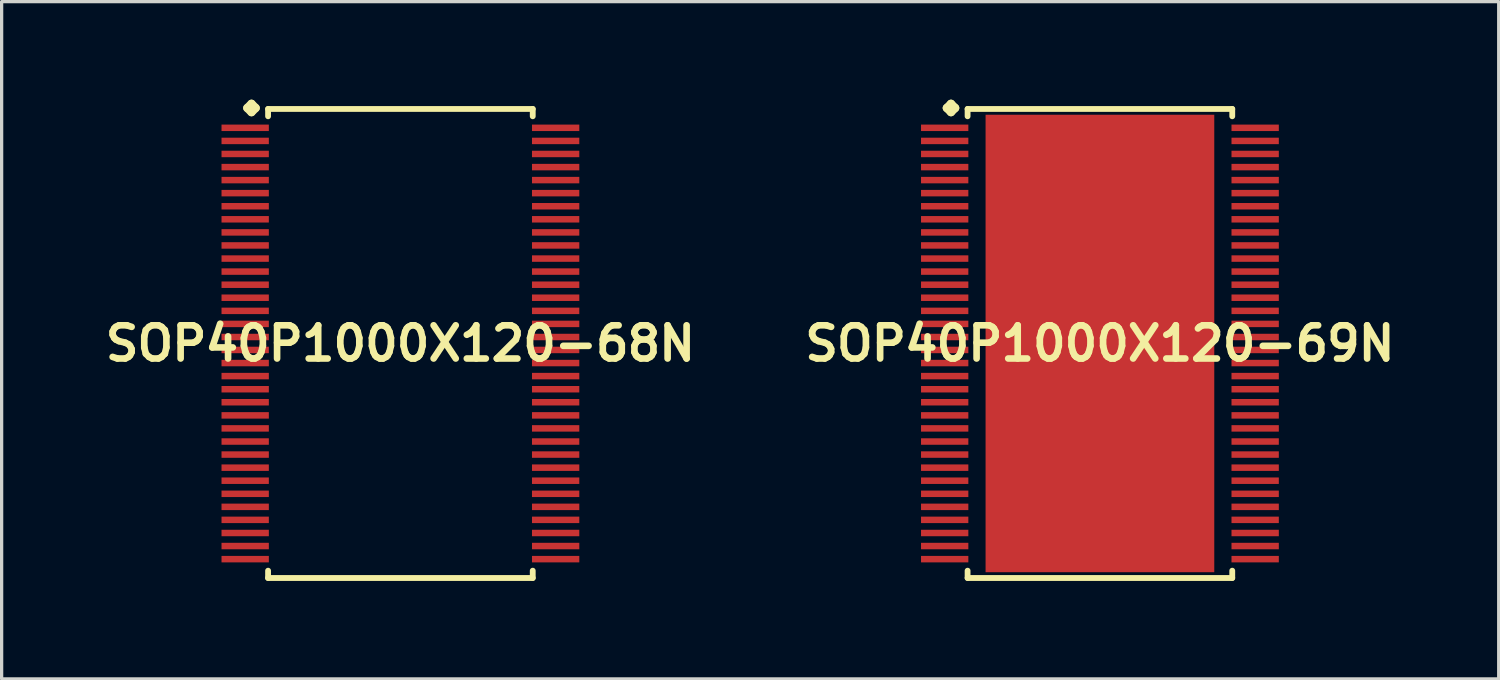
<source format=kicad_pcb>
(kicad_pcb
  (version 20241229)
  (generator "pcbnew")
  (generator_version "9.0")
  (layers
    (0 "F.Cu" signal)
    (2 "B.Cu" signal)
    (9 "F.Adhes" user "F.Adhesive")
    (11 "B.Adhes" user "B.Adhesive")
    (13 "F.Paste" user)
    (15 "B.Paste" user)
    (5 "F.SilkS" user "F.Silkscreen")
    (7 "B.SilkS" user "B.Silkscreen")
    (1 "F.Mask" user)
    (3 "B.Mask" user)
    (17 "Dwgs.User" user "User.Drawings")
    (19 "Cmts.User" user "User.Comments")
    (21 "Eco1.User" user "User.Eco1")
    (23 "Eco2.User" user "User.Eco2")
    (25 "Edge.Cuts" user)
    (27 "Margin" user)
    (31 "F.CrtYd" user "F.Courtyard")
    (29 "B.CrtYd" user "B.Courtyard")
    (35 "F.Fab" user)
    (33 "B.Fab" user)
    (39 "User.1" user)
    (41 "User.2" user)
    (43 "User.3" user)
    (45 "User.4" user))
  (footprint "SOP40P1000X120-69N"
    (layer "F.Cu")
    (at 30.606 7.46)
    (property "Reference" "SOP40P1000X120-69N" (at 0 0 0) (layer "F.SilkS") (effects (font (size 1.016 1.016) (thickness 0.203))))
    (attr smd)
    (fp_line (start -4.684 -7.206) (end -4.557 -7.333) (stroke (width 0.254) (type solid)) (layer "F.SilkS"))
    (fp_line (start -4.557 -7.333) (end -4.43 -7.206) (stroke (width 0.254) (type solid)) (layer "F.SilkS"))
    (fp_line (start -4.557 -7.079) (end -4.684 -7.206) (stroke (width 0.254) (type solid)) (layer "F.SilkS"))
    (fp_line (start -4.43 -7.206) (end -4.557 -7.079) (stroke (width 0.254) (type solid)) (layer "F.SilkS"))
    (fp_line (start -4.049 -7.176) (end 4.049 -7.176) (stroke (width 0.178) (type solid)) (layer "F.SilkS"))
    (fp_line (start -4.049 -6.952) (end -4.049 -7.176) (stroke (width 0.178) (type solid)) (layer "F.SilkS"))
    (fp_line (start -4.049 6.952) (end -4.049 7.176) (stroke (width 0.178) (type solid)) (layer "F.SilkS"))
    (fp_line (start -4.049 7.176) (end 4.049 7.176) (stroke (width 0.178) (type solid)) (layer "F.SilkS"))
    (fp_line (start 4.049 -7.176) (end 4.049 -6.952) (stroke (width 0.178) (type solid)) (layer "F.SilkS"))
    (fp_line (start 4.049 7.176) (end 4.049 6.952) (stroke (width 0.178) (type solid)) (layer "F.SilkS"))
    (pad "1" smd rect (at -4.75 -6.599) (size 1.448 0.198) (layers "F.Cu" "F.Mask" "F.Paste"))
    (pad "2" smd rect (at -4.75 -6.198) (size 1.448 0.198) (layers "F.Cu" "F.Mask" "F.Paste"))
    (pad "3" smd rect (at -4.75 -5.799) (size 1.448 0.198) (layers "F.Cu" "F.Mask" "F.Paste"))
    (pad "4" smd rect (at -4.75 -5.397) (size 1.448 0.198) (layers "F.Cu" "F.Mask" "F.Paste"))
    (pad "5" smd rect (at -4.75 -4.999) (size 1.448 0.198) (layers "F.Cu" "F.Mask" "F.Paste"))
    (pad "6" smd rect (at -4.75 -4.6) (size 1.448 0.198) (layers "F.Cu" "F.Mask" "F.Paste"))
    (pad "7" smd rect (at -4.75 -4.199) (size 1.448 0.198) (layers "F.Cu" "F.Mask" "F.Paste"))
    (pad "8" smd rect (at -4.75 -3.8) (size 1.448 0.198) (layers "F.Cu" "F.Mask" "F.Paste"))
    (pad "9" smd rect (at -4.75 -3.399) (size 1.448 0.198) (layers "F.Cu" "F.Mask" "F.Paste"))
    (pad "10" smd rect (at -4.75 -3) (size 1.448 0.198) (layers "F.Cu" "F.Mask" "F.Paste"))
    (pad "11" smd rect (at -4.75 -2.598) (size 1.448 0.198) (layers "F.Cu" "F.Mask" "F.Paste"))
    (pad "12" smd rect (at -4.75 -2.2) (size 1.448 0.198) (layers "F.Cu" "F.Mask" "F.Paste"))
    (pad "13" smd rect (at -4.75 -1.798) (size 1.448 0.198) (layers "F.Cu" "F.Mask" "F.Paste"))
    (pad "14" smd rect (at -4.75 -1.4) (size 1.448 0.198) (layers "F.Cu" "F.Mask" "F.Paste"))
    (pad "15" smd rect (at -4.75 -0.998) (size 1.448 0.198) (layers "F.Cu" "F.Mask" "F.Paste"))
    (pad "16" smd rect (at -4.75 -0.599) (size 1.448 0.198) (layers "F.Cu" "F.Mask" "F.Paste"))
    (pad "17" smd rect (at -4.75 -0.198) (size 1.448 0.198) (layers "F.Cu" "F.Mask" "F.Paste"))
    (pad "18" smd rect (at -4.75 0.198) (size 1.448 0.198) (layers "F.Cu" "F.Mask" "F.Paste"))
    (pad "19" smd rect (at -4.75 0.599) (size 1.448 0.198) (layers "F.Cu" "F.Mask" "F.Paste"))
    (pad "20" smd rect (at -4.75 0.998) (size 1.448 0.198) (layers "F.Cu" "F.Mask" "F.Paste"))
    (pad "21" smd rect (at -4.75 1.4) (size 1.448 0.198) (layers "F.Cu" "F.Mask" "F.Paste"))
    (pad "22" smd rect (at -4.75 1.798) (size 1.448 0.198) (layers "F.Cu" "F.Mask" "F.Paste"))
    (pad "23" smd rect (at -4.75 2.2) (size 1.448 0.198) (layers "F.Cu" "F.Mask" "F.Paste"))
    (pad "24" smd rect (at -4.75 2.598) (size 1.448 0.198) (layers "F.Cu" "F.Mask" "F.Paste"))
    (pad "25" smd rect (at -4.75 3) (size 1.448 0.198) (layers "F.Cu" "F.Mask" "F.Paste"))
    (pad "26" smd rect (at -4.75 3.399) (size 1.448 0.198) (layers "F.Cu" "F.Mask" "F.Paste"))
    (pad "27" smd rect (at -4.75 3.8) (size 1.448 0.198) (layers "F.Cu" "F.Mask" "F.Paste"))
    (pad "28" smd rect (at -4.75 4.199) (size 1.448 0.198) (layers "F.Cu" "F.Mask" "F.Paste"))
    (pad "29" smd rect (at -4.75 4.6) (size 1.448 0.198) (layers "F.Cu" "F.Mask" "F.Paste"))
    (pad "30" smd rect (at -4.75 4.999) (size 1.448 0.198) (layers "F.Cu" "F.Mask" "F.Paste"))
    (pad "31" smd rect (at -4.75 5.397) (size 1.448 0.198) (layers "F.Cu" "F.Mask" "F.Paste"))
    (pad "32" smd rect (at -4.75 5.799) (size 1.448 0.198) (layers "F.Cu" "F.Mask" "F.Paste"))
    (pad "33" smd rect (at -4.75 6.198) (size 1.448 0.198) (layers "F.Cu" "F.Mask" "F.Paste"))
    (pad "34" smd rect (at -4.75 6.599) (size 1.448 0.198) (layers "F.Cu" "F.Mask" "F.Paste"))
    (pad "35" smd rect (at 4.75 6.599) (size 1.448 0.198) (layers "F.Cu" "F.Mask" "F.Paste"))
    (pad "36" smd rect (at 4.75 6.198) (size 1.448 0.198) (layers "F.Cu" "F.Mask" "F.Paste"))
    (pad "37" smd rect (at 4.75 5.799) (size 1.448 0.198) (layers "F.Cu" "F.Mask" "F.Paste"))
    (pad "38" smd rect (at 4.75 5.397) (size 1.448 0.198) (layers "F.Cu" "F.Mask" "F.Paste"))
    (pad "39" smd rect (at 4.75 4.999) (size 1.448 0.198) (layers "F.Cu" "F.Mask" "F.Paste"))
    (pad "40" smd rect (at 4.75 4.6) (size 1.448 0.198) (layers "F.Cu" "F.Mask" "F.Paste"))
    (pad "41" smd rect (at 4.75 4.199) (size 1.448 0.198) (layers "F.Cu" "F.Mask" "F.Paste"))
    (pad "42" smd rect (at 4.75 3.8) (size 1.448 0.198) (layers "F.Cu" "F.Mask" "F.Paste"))
    (pad "43" smd rect (at 4.75 3.399) (size 1.448 0.198) (layers "F.Cu" "F.Mask" "F.Paste"))
    (pad "44" smd rect (at 4.75 3) (size 1.448 0.198) (layers "F.Cu" "F.Mask" "F.Paste"))
    (pad "45" smd rect (at 4.75 2.598) (size 1.448 0.198) (layers "F.Cu" "F.Mask" "F.Paste"))
    (pad "46" smd rect (at 4.75 2.2) (size 1.448 0.198) (layers "F.Cu" "F.Mask" "F.Paste"))
    (pad "47" smd rect (at 4.75 1.798) (size 1.448 0.198) (layers "F.Cu" "F.Mask" "F.Paste"))
    (pad "48" smd rect (at 4.75 1.4) (size 1.448 0.198) (layers "F.Cu" "F.Mask" "F.Paste"))
    (pad "49" smd rect (at 4.75 0.998) (size 1.448 0.198) (layers "F.Cu" "F.Mask" "F.Paste"))
    (pad "50" smd rect (at 4.75 0.599) (size 1.448 0.198) (layers "F.Cu" "F.Mask" "F.Paste"))
    (pad "51" smd rect (at 4.75 0.198) (size 1.448 0.198) (layers "F.Cu" "F.Mask" "F.Paste"))
    (pad "52" smd rect (at 4.75 -0.198) (size 1.448 0.198) (layers "F.Cu" "F.Mask" "F.Paste"))
    (pad "53" smd rect (at 4.75 -0.599) (size 1.448 0.198) (layers "F.Cu" "F.Mask" "F.Paste"))
    (pad "54" smd rect (at 4.75 -0.998) (size 1.448 0.198) (layers "F.Cu" "F.Mask" "F.Paste"))
    (pad "55" smd rect (at 4.75 -1.4) (size 1.448 0.198) (layers "F.Cu" "F.Mask" "F.Paste"))
    (pad "56" smd rect (at 4.75 -1.798) (size 1.448 0.198) (layers "F.Cu" "F.Mask" "F.Paste"))
    (pad "57" smd rect (at 4.75 -2.2) (size 1.448 0.198) (layers "F.Cu" "F.Mask" "F.Paste"))
    (pad "58" smd rect (at 4.75 -2.598) (size 1.448 0.198) (layers "F.Cu" "F.Mask" "F.Paste"))
    (pad "59" smd rect (at 4.75 -3) (size 1.448 0.198) (layers "F.Cu" "F.Mask" "F.Paste"))
    (pad "60" smd rect (at 4.75 -3.399) (size 1.448 0.198) (layers "F.Cu" "F.Mask" "F.Paste"))
    (pad "61" smd rect (at 4.75 -3.8) (size 1.448 0.198) (layers "F.Cu" "F.Mask" "F.Paste"))
    (pad "62" smd rect (at 4.75 -4.199) (size 1.448 0.198) (layers "F.Cu" "F.Mask" "F.Paste"))
    (pad "63" smd rect (at 4.75 -4.6) (size 1.448 0.198) (layers "F.Cu" "F.Mask" "F.Paste"))
    (pad "64" smd rect (at 4.75 -4.999) (size 1.448 0.198) (layers "F.Cu" "F.Mask" "F.Paste"))
    (pad "65" smd rect (at 4.75 -5.397) (size 1.448 0.198) (layers "F.Cu" "F.Mask" "F.Paste"))
    (pad "66" smd rect (at 4.75 -5.799) (size 1.448 0.198) (layers "F.Cu" "F.Mask" "F.Paste"))
    (pad "67" smd rect (at 4.75 -6.198) (size 1.448 0.198) (layers "F.Cu" "F.Mask" "F.Paste"))
    (pad "68" smd rect (at 4.75 -6.599) (size 1.448 0.198) (layers "F.Cu" "F.Mask" "F.Paste"))
    (pad "69" smd rect (at 0 0) (size 6.998 13.998) (layers "F.Cu" "F.Mask" "F.Paste")))
  (footprint "SOP40P1000X120-68N"
    (layer "F.Cu")
    (at 9.202 7.46)
    (property "Reference" "SOP40P1000X120-68N" (at 0 0 0) (layer "F.SilkS") (effects (font (size 1.016 1.016) (thickness 0.203))))
    (attr smd)
    (fp_line (start -4.684 -7.206) (end -4.557 -7.333) (stroke (width 0.254) (type solid)) (layer "F.SilkS"))
    (fp_line (start -4.557 -7.333) (end -4.43 -7.206) (stroke (width 0.254) (type solid)) (layer "F.SilkS"))
    (fp_line (start -4.557 -7.079) (end -4.684 -7.206) (stroke (width 0.254) (type solid)) (layer "F.SilkS"))
    (fp_line (start -4.43 -7.206) (end -4.557 -7.079) (stroke (width 0.254) (type solid)) (layer "F.SilkS"))
    (fp_line (start -4.049 -7.176) (end 4.049 -7.176) (stroke (width 0.178) (type solid)) (layer "F.SilkS"))
    (fp_line (start -4.049 -6.952) (end -4.049 -7.176) (stroke (width 0.178) (type solid)) (layer "F.SilkS"))
    (fp_line (start -4.049 6.952) (end -4.049 7.176) (stroke (width 0.178) (type solid)) (layer "F.SilkS"))
    (fp_line (start -4.049 7.176) (end 4.049 7.176) (stroke (width 0.178) (type solid)) (layer "F.SilkS"))
    (fp_line (start 4.049 -7.176) (end 4.049 -6.952) (stroke (width 0.178) (type solid)) (layer "F.SilkS"))
    (fp_line (start 4.049 7.176) (end 4.049 6.952) (stroke (width 0.178) (type solid)) (layer "F.SilkS"))
    (pad "1" smd rect (at -4.75 -6.599) (size 1.448 0.198) (layers "F.Cu" "F.Mask" "F.Paste"))
    (pad "2" smd rect (at -4.75 -6.198) (size 1.448 0.198) (layers "F.Cu" "F.Mask" "F.Paste"))
    (pad "3" smd rect (at -4.75 -5.799) (size 1.448 0.198) (layers "F.Cu" "F.Mask" "F.Paste"))
    (pad "4" smd rect (at -4.75 -5.397) (size 1.448 0.198) (layers "F.Cu" "F.Mask" "F.Paste"))
    (pad "5" smd rect (at -4.75 -4.999) (size 1.448 0.198) (layers "F.Cu" "F.Mask" "F.Paste"))
    (pad "6" smd rect (at -4.75 -4.6) (size 1.448 0.198) (layers "F.Cu" "F.Mask" "F.Paste"))
    (pad "7" smd rect (at -4.75 -4.199) (size 1.448 0.198) (layers "F.Cu" "F.Mask" "F.Paste"))
    (pad "8" smd rect (at -4.75 -3.8) (size 1.448 0.198) (layers "F.Cu" "F.Mask" "F.Paste"))
    (pad "9" smd rect (at -4.75 -3.399) (size 1.448 0.198) (layers "F.Cu" "F.Mask" "F.Paste"))
    (pad "10" smd rect (at -4.75 -3) (size 1.448 0.198) (layers "F.Cu" "F.Mask" "F.Paste"))
    (pad "11" smd rect (at -4.75 -2.598) (size 1.448 0.198) (layers "F.Cu" "F.Mask" "F.Paste"))
    (pad "12" smd rect (at -4.75 -2.2) (size 1.448 0.198) (layers "F.Cu" "F.Mask" "F.Paste"))
    (pad "13" smd rect (at -4.75 -1.798) (size 1.448 0.198) (layers "F.Cu" "F.Mask" "F.Paste"))
    (pad "14" smd rect (at -4.75 -1.4) (size 1.448 0.198) (layers "F.Cu" "F.Mask" "F.Paste"))
    (pad "15" smd rect (at -4.75 -0.998) (size 1.448 0.198) (layers "F.Cu" "F.Mask" "F.Paste"))
    (pad "16" smd rect (at -4.75 -0.599) (size 1.448 0.198) (layers "F.Cu" "F.Mask" "F.Paste"))
    (pad "17" smd rect (at -4.75 -0.198) (size 1.448 0.198) (layers "F.Cu" "F.Mask" "F.Paste"))
    (pad "18" smd rect (at -4.75 0.198) (size 1.448 0.198) (layers "F.Cu" "F.Mask" "F.Paste"))
    (pad "19" smd rect (at -4.75 0.599) (size 1.448 0.198) (layers "F.Cu" "F.Mask" "F.Paste"))
    (pad "20" smd rect (at -4.75 0.998) (size 1.448 0.198) (layers "F.Cu" "F.Mask" "F.Paste"))
    (pad "21" smd rect (at -4.75 1.4) (size 1.448 0.198) (layers "F.Cu" "F.Mask" "F.Paste"))
    (pad "22" smd rect (at -4.75 1.798) (size 1.448 0.198) (layers "F.Cu" "F.Mask" "F.Paste"))
    (pad "23" smd rect (at -4.75 2.2) (size 1.448 0.198) (layers "F.Cu" "F.Mask" "F.Paste"))
    (pad "24" smd rect (at -4.75 2.598) (size 1.448 0.198) (layers "F.Cu" "F.Mask" "F.Paste"))
    (pad "25" smd rect (at -4.75 3) (size 1.448 0.198) (layers "F.Cu" "F.Mask" "F.Paste"))
    (pad "26" smd rect (at -4.75 3.399) (size 1.448 0.198) (layers "F.Cu" "F.Mask" "F.Paste"))
    (pad "27" smd rect (at -4.75 3.8) (size 1.448 0.198) (layers "F.Cu" "F.Mask" "F.Paste"))
    (pad "28" smd rect (at -4.75 4.199) (size 1.448 0.198) (layers "F.Cu" "F.Mask" "F.Paste"))
    (pad "29" smd rect (at -4.75 4.6) (size 1.448 0.198) (layers "F.Cu" "F.Mask" "F.Paste"))
    (pad "30" smd rect (at -4.75 4.999) (size 1.448 0.198) (layers "F.Cu" "F.Mask" "F.Paste"))
    (pad "31" smd rect (at -4.75 5.397) (size 1.448 0.198) (layers "F.Cu" "F.Mask" "F.Paste"))
    (pad "32" smd rect (at -4.75 5.799) (size 1.448 0.198) (layers "F.Cu" "F.Mask" "F.Paste"))
    (pad "33" smd rect (at -4.75 6.198) (size 1.448 0.198) (layers "F.Cu" "F.Mask" "F.Paste"))
    (pad "34" smd rect (at -4.75 6.599) (size 1.448 0.198) (layers "F.Cu" "F.Mask" "F.Paste"))
    (pad "35" smd rect (at 4.75 6.599) (size 1.448 0.198) (layers "F.Cu" "F.Mask" "F.Paste"))
    (pad "36" smd rect (at 4.75 6.198) (size 1.448 0.198) (layers "F.Cu" "F.Mask" "F.Paste"))
    (pad "37" smd rect (at 4.75 5.799) (size 1.448 0.198) (layers "F.Cu" "F.Mask" "F.Paste"))
    (pad "38" smd rect (at 4.75 5.397) (size 1.448 0.198) (layers "F.Cu" "F.Mask" "F.Paste"))
    (pad "39" smd rect (at 4.75 4.999) (size 1.448 0.198) (layers "F.Cu" "F.Mask" "F.Paste"))
    (pad "40" smd rect (at 4.75 4.6) (size 1.448 0.198) (layers "F.Cu" "F.Mask" "F.Paste"))
    (pad "41" smd rect (at 4.75 4.199) (size 1.448 0.198) (layers "F.Cu" "F.Mask" "F.Paste"))
    (pad "42" smd rect (at 4.75 3.8) (size 1.448 0.198) (layers "F.Cu" "F.Mask" "F.Paste"))
    (pad "43" smd rect (at 4.75 3.399) (size 1.448 0.198) (layers "F.Cu" "F.Mask" "F.Paste"))
    (pad "44" smd rect (at 4.75 3) (size 1.448 0.198) (layers "F.Cu" "F.Mask" "F.Paste"))
    (pad "45" smd rect (at 4.75 2.598) (size 1.448 0.198) (layers "F.Cu" "F.Mask" "F.Paste"))
    (pad "46" smd rect (at 4.75 2.2) (size 1.448 0.198) (layers "F.Cu" "F.Mask" "F.Paste"))
    (pad "47" smd rect (at 4.75 1.798) (size 1.448 0.198) (layers "F.Cu" "F.Mask" "F.Paste"))
    (pad "48" smd rect (at 4.75 1.4) (size 1.448 0.198) (layers "F.Cu" "F.Mask" "F.Paste"))
    (pad "49" smd rect (at 4.75 0.998) (size 1.448 0.198) (layers "F.Cu" "F.Mask" "F.Paste"))
    (pad "50" smd rect (at 4.75 0.599) (size 1.448 0.198) (layers "F.Cu" "F.Mask" "F.Paste"))
    (pad "51" smd rect (at 4.75 0.198) (size 1.448 0.198) (layers "F.Cu" "F.Mask" "F.Paste"))
    (pad "52" smd rect (at 4.75 -0.198) (size 1.448 0.198) (layers "F.Cu" "F.Mask" "F.Paste"))
    (pad "53" smd rect (at 4.75 -0.599) (size 1.448 0.198) (layers "F.Cu" "F.Mask" "F.Paste"))
    (pad "54" smd rect (at 4.75 -0.998) (size 1.448 0.198) (layers "F.Cu" "F.Mask" "F.Paste"))
    (pad "55" smd rect (at 4.75 -1.4) (size 1.448 0.198) (layers "F.Cu" "F.Mask" "F.Paste"))
    (pad "56" smd rect (at 4.75 -1.798) (size 1.448 0.198) (layers "F.Cu" "F.Mask" "F.Paste"))
    (pad "57" smd rect (at 4.75 -2.2) (size 1.448 0.198) (layers "F.Cu" "F.Mask" "F.Paste"))
    (pad "58" smd rect (at 4.75 -2.598) (size 1.448 0.198) (layers "F.Cu" "F.Mask" "F.Paste"))
    (pad "59" smd rect (at 4.75 -3) (size 1.448 0.198) (layers "F.Cu" "F.Mask" "F.Paste"))
    (pad "60" smd rect (at 4.75 -3.399) (size 1.448 0.198) (layers "F.Cu" "F.Mask" "F.Paste"))
    (pad "61" smd rect (at 4.75 -3.8) (size 1.448 0.198) (layers "F.Cu" "F.Mask" "F.Paste"))
    (pad "62" smd rect (at 4.75 -4.199) (size 1.448 0.198) (layers "F.Cu" "F.Mask" "F.Paste"))
    (pad "63" smd rect (at 4.75 -4.6) (size 1.448 0.198) (layers "F.Cu" "F.Mask" "F.Paste"))
    (pad "64" smd rect (at 4.75 -4.999) (size 1.448 0.198) (layers "F.Cu" "F.Mask" "F.Paste"))
    (pad "65" smd rect (at 4.75 -5.397) (size 1.448 0.198) (layers "F.Cu" "F.Mask" "F.Paste"))
    (pad "66" smd rect (at 4.75 -5.799) (size 1.448 0.198) (layers "F.Cu" "F.Mask" "F.Paste"))
    (pad "67" smd rect (at 4.75 -6.198) (size 1.448 0.198) (layers "F.Cu" "F.Mask" "F.Paste"))
    (pad "68" smd rect (at 4.75 -6.599) (size 1.448 0.198) (layers "F.Cu" "F.Mask" "F.Paste")))
  (gr_rect
    (start -3 -3)
    (end 42.808 17.724)
    (stroke (width 0.1) (type default))
    (fill no)
    (layer "Edge.Cuts")))
</source>
